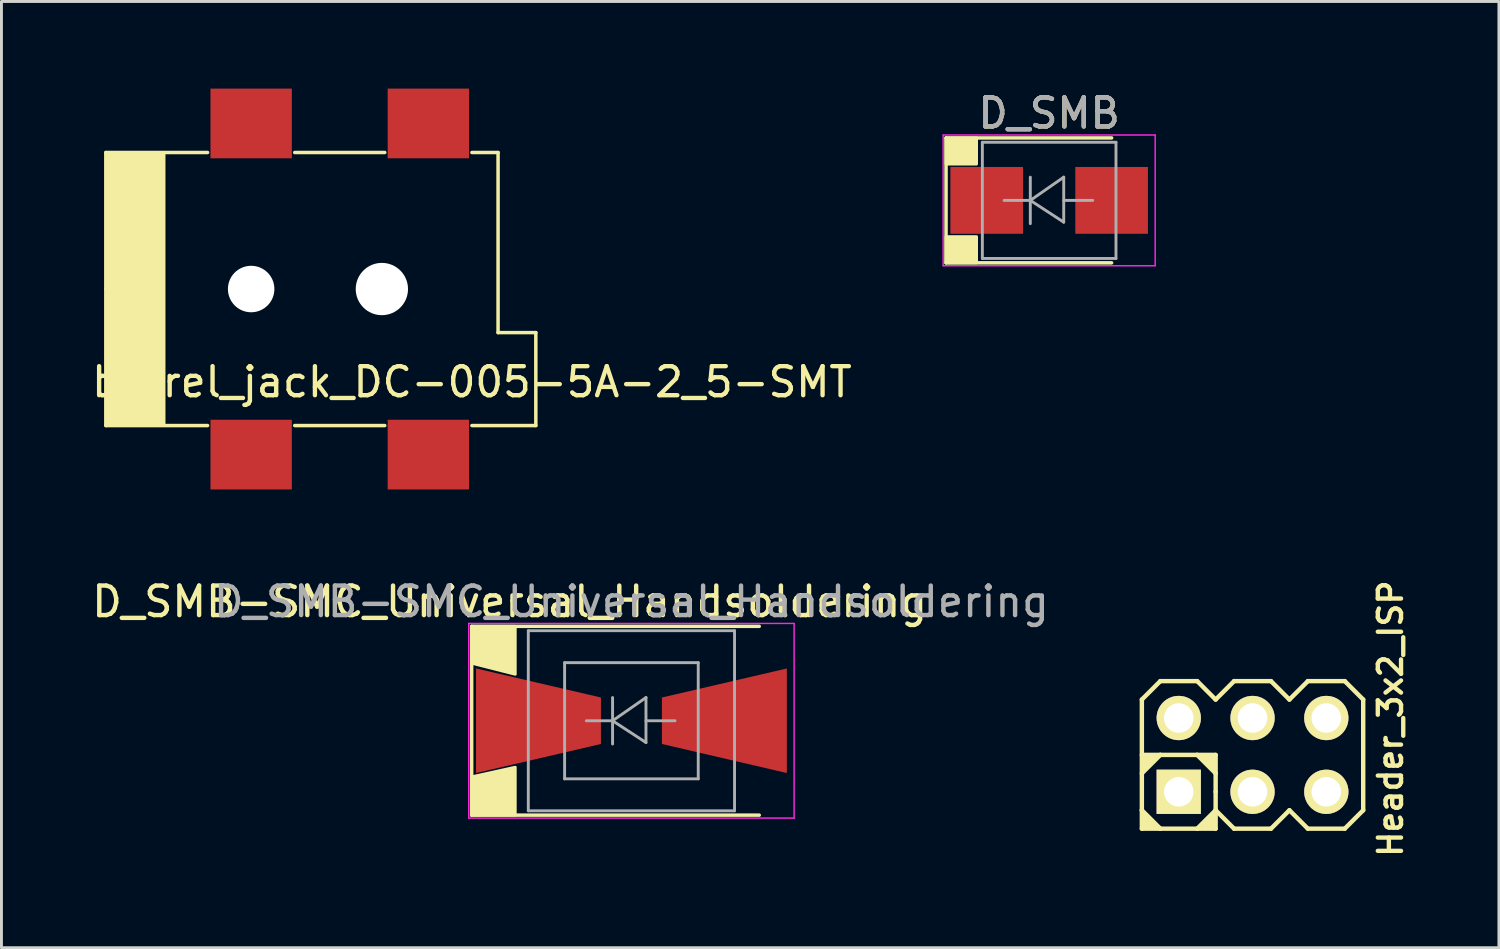
<source format=kicad_pcb>
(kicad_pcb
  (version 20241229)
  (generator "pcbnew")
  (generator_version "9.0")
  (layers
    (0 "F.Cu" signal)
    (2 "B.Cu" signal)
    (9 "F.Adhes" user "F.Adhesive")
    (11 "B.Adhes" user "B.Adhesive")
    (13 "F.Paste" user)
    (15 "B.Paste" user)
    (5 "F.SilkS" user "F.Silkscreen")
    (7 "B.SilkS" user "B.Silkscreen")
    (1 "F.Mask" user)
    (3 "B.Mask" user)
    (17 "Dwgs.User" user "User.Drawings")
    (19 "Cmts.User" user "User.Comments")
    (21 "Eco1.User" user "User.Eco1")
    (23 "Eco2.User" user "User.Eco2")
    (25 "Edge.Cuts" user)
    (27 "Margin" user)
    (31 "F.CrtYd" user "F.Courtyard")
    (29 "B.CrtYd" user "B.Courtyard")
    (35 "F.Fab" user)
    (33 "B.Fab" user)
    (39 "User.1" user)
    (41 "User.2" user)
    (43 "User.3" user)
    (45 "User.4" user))
  (footprint "barrel_jack_DC-005-5A-2_5-SMT"
    (layer "F.Cu")
    (at 0.596 6.9)
    (property "Reference" "barrel_jack_DC-005-5A-2_5-SMT" (at 12.6 3.2 0) (layer "F.SilkS") (effects (font (size 1 1) (thickness 0.15))))
    (attr through_hole)
    (fp_line (start 0 0) (end 0 -4.7) (stroke (width 0.12) (type solid)) (layer "F.SilkS"))
    (fp_line (start 0 4.7) (end 0 0) (stroke (width 0.12) (type solid)) (layer "F.SilkS"))
    (fp_line (start 3.5 -4.7) (end 0 -4.7) (stroke (width 0.12) (type solid)) (layer "F.SilkS"))
    (fp_line (start 3.5 4.7) (end 0 4.7) (stroke (width 0.12) (type solid)) (layer "F.SilkS"))
    (fp_line (start 9.6 -4.7) (end 6.5 -4.7) (stroke (width 0.12) (type solid)) (layer "F.SilkS"))
    (fp_line (start 9.6 4.7) (end 6.5 4.7) (stroke (width 0.12) (type solid)) (layer "F.SilkS"))
    (fp_line (start 12.6 -4.7) (end 13.5 -4.7) (stroke (width 0.12) (type solid)) (layer "F.SilkS"))
    (fp_line (start 13.5 1.5) (end 13.5 -4.7) (stroke (width 0.12) (type solid)) (layer "F.SilkS"))
    (fp_line (start 14.8 1.5) (end 13.5 1.5) (stroke (width 0.12) (type solid)) (layer "F.SilkS"))
    (fp_line (start 14.8 1.5) (end 14.8 4.7) (stroke (width 0.12) (type solid)) (layer "F.SilkS"))
    (fp_line (start 14.8 4.7) (end 12.6 4.7) (stroke (width 0.12) (type solid)) (layer "F.SilkS"))
    (fp_poly (pts (xy 2 4.7) (xy 0 4.7) (xy 0 -4.7) (xy 2 -4.7)) (stroke (width 0.1) (type solid)) (fill yes) (layer "F.SilkS"))
    (pad "" np_thru_hole circle (at 5 0) (size 1.6 1.6) (drill 1.6) (layers "*.Cu" "*.Mask"))
    (pad "" np_thru_hole circle (at 9.5 0) (size 1.8 1.8) (drill 1.8) (layers "*.Cu" "*.Mask"))
    (pad "1" smd rect (at 5 -5.7) (size 2.8 2.4) (layers "F.Cu" "F.Mask" "F.Paste"))
    (pad "1" smd rect (at 11.1 -5.7) (size 2.8 2.4) (layers "F.Cu" "F.Mask" "F.Paste"))
    (pad "2" smd rect (at 5 5.7) (size 2.8 2.4) (layers "F.Cu" "F.Mask" "F.Paste"))
    (pad "3" smd rect (at 11.1 5.7) (size 2.8 2.4) (layers "F.Cu" "F.Mask" "F.Paste")))
  (footprint "Header_3x2_ISP"
    (layer "F.Cu")
    (at 40.069 22.938)
    (property "Reference" "Header_3x2_ISP" (at 4.75 -1.25 270) (layer "F.SilkS") (effects (font (size 0.8 0.8) (thickness 0.15))))
    (attr through_hole)
    (fp_line (start -3.81 -1.905) (end -3.175 -2.54) (stroke (width 0.152) (type solid)) (layer "F.SilkS"))
    (fp_line (start -3.81 1.905) (end -3.81 -1.905) (stroke (width 0.152) (type solid)) (layer "F.SilkS"))
    (fp_line (start -3.81 1.905) (end -3.81 2.54) (stroke (width 0.152) (type solid)) (layer "F.SilkS"))
    (fp_line (start -3.81 2.54) (end -3.175 2.54) (stroke (width 0.152) (type solid)) (layer "F.SilkS"))
    (fp_line (start -3.683 0.064) (end -3.683 0.445) (stroke (width 0.152) (type solid)) (layer "F.SilkS"))
    (fp_line (start -3.683 2.477) (end -3.683 2.095) (stroke (width 0.152) (type solid)) (layer "F.SilkS"))
    (fp_line (start -3.556 0.064) (end -3.556 0.318) (stroke (width 0.152) (type solid)) (layer "F.SilkS"))
    (fp_line (start -3.556 2.477) (end -3.556 2.223) (stroke (width 0.152) (type solid)) (layer "F.SilkS"))
    (fp_line (start -3.429 0.064) (end -3.429 0.191) (stroke (width 0.152) (type solid)) (layer "F.SilkS"))
    (fp_line (start -3.429 2.477) (end -3.429 2.349) (stroke (width 0.152) (type solid)) (layer "F.SilkS"))
    (fp_line (start -3.175 -2.54) (end -1.905 -2.54) (stroke (width 0.152) (type solid)) (layer "F.SilkS"))
    (fp_line (start -3.175 0) (end -3.81 0) (stroke (width 0.152) (type solid)) (layer "F.SilkS"))
    (fp_line (start -3.175 0) (end -3.81 0.635) (stroke (width 0.152) (type solid)) (layer "F.SilkS"))
    (fp_line (start -3.175 2.54) (end -3.81 1.905) (stroke (width 0.152) (type solid)) (layer "F.SilkS"))
    (fp_line (start -1.905 -2.54) (end -1.27 -1.905) (stroke (width 0.152) (type solid)) (layer "F.SilkS"))
    (fp_line (start -1.905 0) (end -3.175 0) (stroke (width 0.152) (type solid)) (layer "F.SilkS"))
    (fp_line (start -1.905 0) (end -1.27 0) (stroke (width 0.152) (type solid)) (layer "F.SilkS"))
    (fp_line (start -1.905 2.54) (end -3.175 2.54) (stroke (width 0.152) (type solid)) (layer "F.SilkS"))
    (fp_line (start -1.651 0.064) (end -1.651 0.191) (stroke (width 0.152) (type solid)) (layer "F.SilkS"))
    (fp_line (start -1.651 2.477) (end -1.651 2.349) (stroke (width 0.152) (type solid)) (layer "F.SilkS"))
    (fp_line (start -1.524 0.064) (end -1.524 0.318) (stroke (width 0.152) (type solid)) (layer "F.SilkS"))
    (fp_line (start -1.524 2.477) (end -1.524 2.223) (stroke (width 0.152) (type solid)) (layer "F.SilkS"))
    (fp_line (start -1.397 0.064) (end -1.397 0.445) (stroke (width 0.152) (type solid)) (layer "F.SilkS"))
    (fp_line (start -1.397 2.477) (end -1.397 2.095) (stroke (width 0.152) (type solid)) (layer "F.SilkS"))
    (fp_line (start -1.27 -1.905) (end -0.635 -2.54) (stroke (width 0.152) (type solid)) (layer "F.SilkS"))
    (fp_line (start -1.27 0) (end -1.27 0.635) (stroke (width 0.152) (type solid)) (layer "F.SilkS"))
    (fp_line (start -1.27 0.635) (end -1.905 0) (stroke (width 0.152) (type solid)) (layer "F.SilkS"))
    (fp_line (start -1.27 1.27) (end -1.27 0.635) (stroke (width 0.152) (type solid)) (layer "F.SilkS"))
    (fp_line (start -1.27 1.905) (end -1.905 2.54) (stroke (width 0.152) (type solid)) (layer "F.SilkS"))
    (fp_line (start -1.27 1.905) (end -1.27 1.27) (stroke (width 0.152) (type solid)) (layer "F.SilkS"))
    (fp_line (start -1.27 1.905) (end -1.27 2.54) (stroke (width 0.152) (type solid)) (layer "F.SilkS"))
    (fp_line (start -1.27 2.54) (end -1.905 2.54) (stroke (width 0.152) (type solid)) (layer "F.SilkS"))
    (fp_line (start -0.635 -2.54) (end 0.635 -2.54) (stroke (width 0.152) (type solid)) (layer "F.SilkS"))
    (fp_line (start -0.635 2.54) (end -1.27 1.905) (stroke (width 0.152) (type solid)) (layer "F.SilkS"))
    (fp_line (start 0.635 -2.54) (end 1.27 -1.905) (stroke (width 0.152) (type solid)) (layer "F.SilkS"))
    (fp_line (start 0.635 2.54) (end -0.635 2.54) (stroke (width 0.152) (type solid)) (layer "F.SilkS"))
    (fp_line (start 1.27 -1.905) (end 1.905 -2.54) (stroke (width 0.152) (type solid)) (layer "F.SilkS"))
    (fp_line (start 1.27 1.905) (end 0.635 2.54) (stroke (width 0.152) (type solid)) (layer "F.SilkS"))
    (fp_line (start 1.905 -2.54) (end 3.175 -2.54) (stroke (width 0.152) (type solid)) (layer "F.SilkS"))
    (fp_line (start 1.905 2.54) (end 1.27 1.905) (stroke (width 0.152) (type solid)) (layer "F.SilkS"))
    (fp_line (start 3.175 -2.54) (end 3.81 -1.905) (stroke (width 0.152) (type solid)) (layer "F.SilkS"))
    (fp_line (start 3.175 2.54) (end 1.905 2.54) (stroke (width 0.152) (type solid)) (layer "F.SilkS"))
    (fp_line (start 3.81 -1.905) (end 3.81 1.905) (stroke (width 0.152) (type solid)) (layer "F.SilkS"))
    (fp_line (start 3.81 1.905) (end 3.175 2.54) (stroke (width 0.152) (type solid)) (layer "F.SilkS"))
    (pad "1" thru_hole rect (at -2.54 1.27) (size 1.524 1.524) (drill 1.016) (layers "*.Cu" "*.Mask" "F.SilkS"))
    (pad "2" thru_hole circle (at -2.54 -1.27) (size 1.524 1.524) (drill 1.016) (layers "*.Cu" "*.Mask" "F.SilkS"))
    (pad "3" thru_hole circle (at 0 1.27) (size 1.524 1.524) (drill 1.016) (layers "*.Cu" "*.Mask" "F.SilkS"))
    (pad "4" thru_hole circle (at 0 -1.27) (size 1.524 1.524) (drill 1.016) (layers "*.Cu" "*.Mask" "F.SilkS"))
    (pad "5" thru_hole circle (at 2.54 1.27) (size 1.524 1.524) (drill 1.016) (layers "*.Cu" "*.Mask" "F.SilkS"))
    (pad "6" thru_hole circle (at 2.54 -1.27) (size 1.524 1.524) (drill 1.016) (layers "*.Cu" "*.Mask" "F.SilkS")))
  (footprint "D_SMB"
    (layer "F.Cu")
    (at 33.068 3.848)
    (property "Reference" "D_SMB" (at 0 -3 0) (layer "F.SilkS") (effects (font (size 1 1) (thickness 0.15))))
    (attr smd)
    (fp_line (start -3.55 -2.15) (end -3.55 2.15) (stroke (width 0.12) (type solid)) (layer "F.SilkS"))
    (fp_line (start -3.55 -2.15) (end 2.15 -2.15) (stroke (width 0.12) (type solid)) (layer "F.SilkS"))
    (fp_line (start -3.55 2.15) (end 2.15 2.15) (stroke (width 0.12) (type solid)) (layer "F.SilkS"))
    (fp_poly (pts (xy -2.5 -1.25) (xy -3.55 -1.25) (xy -3.55 -2.15) (xy -2.5 -2.15)) (stroke (width 0.1) (type solid)) (fill yes) (layer "F.SilkS"))
    (fp_poly (pts (xy -2.5 2.15) (xy -3.55 2.15) (xy -3.55 1.25) (xy -2.5 1.25)) (stroke (width 0.1) (type solid)) (fill yes) (layer "F.SilkS"))
    (fp_line (start -3.65 -2.25) (end 3.65 -2.25) (stroke (width 0.05) (type solid)) (layer "F.CrtYd"))
    (fp_line (start -3.65 2.25) (end -3.65 -2.25) (stroke (width 0.05) (type solid)) (layer "F.CrtYd"))
    (fp_line (start 3.65 -2.25) (end 3.65 2.25) (stroke (width 0.05) (type solid)) (layer "F.CrtYd"))
    (fp_line (start 3.65 2.25) (end -3.65 2.25) (stroke (width 0.05) (type solid)) (layer "F.CrtYd"))
    (fp_line (start -2.3 2) (end -2.3 -2) (stroke (width 0.1) (type solid)) (layer "F.Fab"))
    (fp_line (start -0.649 -0.799) (end -0.649 0.801) (stroke (width 0.1) (type solid)) (layer "F.Fab"))
    (fp_line (start -0.649 0.001) (end -1.551 0.001) (stroke (width 0.1) (type solid)) (layer "F.Fab"))
    (fp_line (start -0.649 0.001) (end 0.501 -0.799) (stroke (width 0.1) (type solid)) (layer "F.Fab"))
    (fp_line (start -0.649 0.001) (end 0.501 0.75) (stroke (width 0.1) (type solid)) (layer "F.Fab"))
    (fp_line (start 0.501 0.001) (end 1.499 0.001) (stroke (width 0.1) (type solid)) (layer "F.Fab"))
    (fp_line (start 0.501 0.75) (end 0.501 -0.799) (stroke (width 0.1) (type solid)) (layer "F.Fab"))
    (fp_line (start 2.3 -2) (end -2.3 -2) (stroke (width 0.1) (type solid)) (layer "F.Fab"))
    (fp_line (start 2.3 -2) (end 2.3 2) (stroke (width 0.1) (type solid)) (layer "F.Fab"))
    (fp_line (start 2.3 2) (end -2.3 2) (stroke (width 0.1) (type solid)) (layer "F.Fab"))
    (fp_text user "${REFERENCE}" (at 0 -3 0) (layer "F.Fab") (effects (font (size 1 1) (thickness 0.15))))
    (pad "A" smd rect (at 2.15 0) (size 2.5 2.3) (layers "F.Cu" "F.Mask" "F.Paste"))
    (pad "K" smd rect (at -2.15 0) (size 2.5 2.3) (layers "F.Cu" "F.Mask" "F.Paste")))
  (footprint "D_SMB-SMC_Universal_Handsoldering"
    (layer "F.Cu")
    (at 18.687 21.762)
    (property "Reference" "D_SMB-SMC_Universal_Handsoldering" (at -4.191 -4.1 0) (layer "F.SilkS") (effects (font (size 1.016 1.016) (thickness 0.152))))
    (attr smd)
    (fp_line (start -5.5 -3.25) (end 4.4 -3.25) (stroke (width 0.12) (type solid)) (layer "F.SilkS"))
    (fp_line (start -5.5 3.25) (end -5.5 -3.25) (stroke (width 0.12) (type solid)) (layer "F.SilkS"))
    (fp_line (start -5.5 3.25) (end 4.4 3.25) (stroke (width 0.12) (type solid)) (layer "F.SilkS"))
    (fp_poly (pts (xy -4 -1.6) (xy -5.5 -1.98) (xy -5.5 -3.25) (xy -4 -3.25)) (stroke (width 0.1) (type solid)) (fill yes) (layer "F.SilkS"))
    (fp_poly (pts (xy -4 3.25) (xy -5.5 3.25) (xy -5.5 1.93) (xy -4 1.6)) (stroke (width 0.1) (type solid)) (fill yes) (layer "F.SilkS"))
    (fp_line (start -5.6 -3.35) (end 5.6 -3.35) (stroke (width 0.05) (type solid)) (layer "F.CrtYd"))
    (fp_line (start -5.6 3.35) (end -5.6 -3.35) (stroke (width 0.05) (type solid)) (layer "F.CrtYd"))
    (fp_line (start 5.6 -3.35) (end 5.6 3.35) (stroke (width 0.05) (type solid)) (layer "F.CrtYd"))
    (fp_line (start 5.6 3.35) (end -5.6 3.35) (stroke (width 0.05) (type solid)) (layer "F.CrtYd"))
    (fp_line (start -3.55 3.1) (end -3.55 -3.1) (stroke (width 0.1) (type solid)) (layer "F.Fab"))
    (fp_line (start -2.3 2) (end -2.3 -2) (stroke (width 0.1) (type solid)) (layer "F.Fab"))
    (fp_line (start -0.649 -0.799) (end -0.649 0.801) (stroke (width 0.1) (type solid)) (layer "F.Fab"))
    (fp_line (start -0.649 0.001) (end -1.551 0.001) (stroke (width 0.1) (type solid)) (layer "F.Fab"))
    (fp_line (start -0.649 0.001) (end 0.501 -0.799) (stroke (width 0.1) (type solid)) (layer "F.Fab"))
    (fp_line (start -0.649 0.001) (end 0.501 0.75) (stroke (width 0.1) (type solid)) (layer "F.Fab"))
    (fp_line (start 0.501 0.001) (end 1.499 0.001) (stroke (width 0.1) (type solid)) (layer "F.Fab"))
    (fp_line (start 0.501 0.75) (end 0.501 -0.799) (stroke (width 0.1) (type solid)) (layer "F.Fab"))
    (fp_line (start 2.3 -2) (end -2.3 -2) (stroke (width 0.1) (type solid)) (layer "F.Fab"))
    (fp_line (start 2.3 -2) (end 2.3 2) (stroke (width 0.1) (type solid)) (layer "F.Fab"))
    (fp_line (start 2.3 2) (end -2.3 2) (stroke (width 0.1) (type solid)) (layer "F.Fab"))
    (fp_line (start 3.55 -3.1) (end -3.55 -3.1) (stroke (width 0.1) (type solid)) (layer "F.Fab"))
    (fp_line (start 3.55 -3.1) (end 3.55 3.1) (stroke (width 0.1) (type solid)) (layer "F.Fab"))
    (fp_line (start 3.55 3.1) (end -3.55 3.1) (stroke (width 0.1) (type solid)) (layer "F.Fab"))
    (fp_text user "${REFERENCE}" (at 0 -4.1 0) (layer "F.Fab") (effects (font (size 1.016 1.016) (thickness 0.152))))
    (pad "A" smd trapezoid (at 3.2 0 180) (size 4.3 2.6) (rect_delta 1 0) (layers "F.Cu" "F.Mask" "F.Paste"))
    (pad "K" smd trapezoid (at -3.2 0) (size 4.3 2.6) (rect_delta 1 0) (layers "F.Cu" "F.Mask" "F.Paste")))
  (gr_rect
    (start -3 -3)
    (end 48.551 29.576)
    (stroke (width 0.1) (type default))
    (fill no)
    (layer "Edge.Cuts")))
</source>
